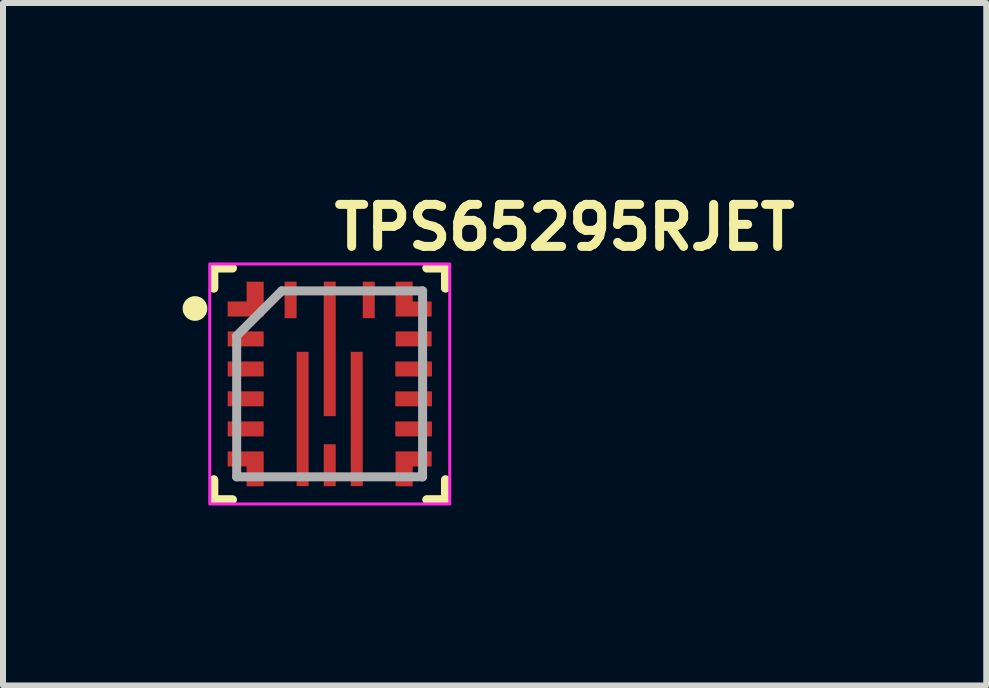
<source format=kicad_pcb>
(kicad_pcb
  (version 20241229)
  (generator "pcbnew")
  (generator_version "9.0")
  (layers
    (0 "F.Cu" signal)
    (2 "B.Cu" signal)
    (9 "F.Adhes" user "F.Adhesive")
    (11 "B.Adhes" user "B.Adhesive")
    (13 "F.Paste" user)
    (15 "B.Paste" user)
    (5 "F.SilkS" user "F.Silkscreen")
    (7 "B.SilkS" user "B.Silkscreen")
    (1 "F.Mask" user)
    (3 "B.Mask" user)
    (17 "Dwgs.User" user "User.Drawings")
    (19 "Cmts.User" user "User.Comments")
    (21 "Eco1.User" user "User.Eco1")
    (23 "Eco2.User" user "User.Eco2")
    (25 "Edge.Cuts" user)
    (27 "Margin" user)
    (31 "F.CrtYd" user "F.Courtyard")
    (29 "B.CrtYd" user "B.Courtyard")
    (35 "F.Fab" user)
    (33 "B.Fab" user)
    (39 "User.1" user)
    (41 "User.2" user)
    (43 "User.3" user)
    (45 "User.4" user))
  (footprint "TPS65295RJET"
    (layer "F.Cu")
    (at 2.446 3.35)
    (property "Reference" "TPS65295RJET" (at 0 -2.2 0) (layer "F.SilkS") (effects (font (size 0.7 0.7) (thickness 0.15)) (justify left bottom)))
    (attr smd)
    (fp_line (start -1.932 -1.932) (end -1.932 -1.597) (stroke (width 0.15) (type solid)) (layer "F.SilkS"))
    (fp_line (start -1.932 1.596) (end -1.932 1.929) (stroke (width 0.15) (type solid)) (layer "F.SilkS"))
    (fp_line (start -1.932 1.929) (end -1.621 1.929) (stroke (width 0.15) (type solid)) (layer "F.SilkS"))
    (fp_line (start -1.621 -1.932) (end -1.932 -1.932) (stroke (width 0.15) (type solid)) (layer "F.SilkS"))
    (fp_line (start 1.618 1.929) (end 1.929 1.929) (stroke (width 0.15) (type solid)) (layer "F.SilkS"))
    (fp_line (start 1.929 -1.932) (end 1.618 -1.932) (stroke (width 0.15) (type solid)) (layer "F.SilkS"))
    (fp_line (start 1.929 -1.597) (end 1.929 -1.932) (stroke (width 0.15) (type solid)) (layer "F.SilkS"))
    (fp_line (start 1.929 1.929) (end 1.929 1.596) (stroke (width 0.15) (type solid)) (layer "F.SilkS"))
    (fp_circle (center -2.3 -1.25) (end -2.25 -1.2) (stroke (width 0.15) (type solid)) (fill yes) (layer "F.SilkS"))
    (fp_circle (center -2.246 -1.258) (end -2.19 -1.258) (stroke (width 0.15) (type solid)) (fill no) (layer "F.SilkS"))
    (fp_poly (pts (xy -0.352 0.484) (xy -0.551 0.484) (xy -0.551 -0.535) (xy -0.352 -0.535)) (stroke (width 0.001) (type solid)) (fill yes) (layer "F.Paste"))
    (fp_poly (pts (xy -0.352 1.703) (xy -0.551 1.703) (xy -0.551 0.685) (xy -0.352 0.685)) (stroke (width 0.001) (type solid)) (fill yes) (layer "F.Paste"))
    (fp_poly (pts (xy 0.099 -0.687) (xy -0.1 -0.687) (xy -0.1 -1.706) (xy 0.099 -1.706)) (stroke (width 0.001) (type solid)) (fill yes) (layer "F.Paste"))
    (fp_poly (pts (xy 0.099 0.535) (xy -0.1 0.535) (xy -0.1 -0.485) (xy 0.099 -0.485)) (stroke (width 0.001) (type solid)) (fill yes) (layer "F.Paste"))
    (fp_poly (pts (xy 0.548 0.484) (xy 0.349 0.484) (xy 0.349 -0.535) (xy 0.548 -0.535)) (stroke (width 0.001) (type solid)) (fill yes) (layer "F.Paste"))
    (fp_poly (pts (xy 0.548 1.703) (xy 0.349 1.703) (xy 0.349 0.685) (xy 0.548 0.685)) (stroke (width 0.001) (type solid)) (fill yes) (layer "F.Paste"))
    (fp_poly (pts (xy -1.103 -1.706) (xy -1.355 -1.706) (xy -1.355 -1.351) (xy -1.702 -1.351) (xy -1.702 -1.127) (xy -1.103 -1.127)) (stroke (width 0.001) (type solid)) (fill yes) (layer "F.Paste"))
    (fp_poly (pts (xy -1.101 1.705) (xy -1.355 1.703) (xy -1.355 1.348) (xy -1.7 1.35) (xy -1.7 1.124) (xy -1.101 1.124)) (stroke (width 0.001) (type solid)) (fill yes) (layer "F.Paste"))
    (fp_poly (pts (xy 1.1 -1.706) (xy 1.352 -1.706) (xy 1.352 -1.351) (xy 1.699 -1.351) (xy 1.699 -1.125) (xy 1.1 -1.125)) (stroke (width 0.001) (type solid)) (fill yes) (layer "F.Paste"))
    (fp_poly (pts (xy 1.1 1.705) (xy 1.352 1.703) (xy 1.352 1.348) (xy 1.699 1.35) (xy 1.699 1.124) (xy 1.1 1.124)) (stroke (width 0.001) (type solid)) (fill yes) (layer "F.Paste"))
    (fp_rect (start -2 -2) (end 2 2) (stroke (width 0.05) (type solid)) (fill no) (layer "F.CrtYd"))
    (fp_line (start -1.551 -0.802) (end -1.551 1.548) (stroke (width 0.15) (type solid)) (layer "F.Fab"))
    (fp_line (start -1.551 -0.802) (end -0.802 -1.551) (stroke (width 0.15) (type solid)) (layer "F.Fab"))
    (fp_line (start -1.551 1.548) (end 1.548 1.548) (stroke (width 0.15) (type solid)) (layer "F.Fab"))
    (fp_line (start 1.548 -1.551) (end -0.802 -1.551) (stroke (width 0.15) (type solid)) (layer "F.Fab"))
    (fp_line (start 1.548 1.548) (end 1.548 -1.551) (stroke (width 0.15) (type solid)) (layer "F.Fab"))
    (fp_rect (start -1.5 -1.5) (end 1.499 1.499) (stroke (width 0.1) (type solid)) (fill no) (layer "User.5"))
    (fp_line (start -1.5 -1.5) (end -1.5 1.499) (stroke (width 0.02) (type solid)) (layer "User.9"))
    (fp_line (start -1.5 1.499) (end 1.499 1.499) (stroke (width 0.02) (type solid)) (layer "User.9"))
    (fp_line (start 1.499 -1.5) (end -1.5 -1.5) (stroke (width 0.02) (type solid)) (layer "User.9"))
    (fp_line (start 1.499 1.499) (end 1.499 -1.5) (stroke (width 0.02) (type solid)) (layer "User.9"))
    (pad "1" smd custom (at -1.401 -1.25 90) (size 0.25 0.6) (layers "F.Cu" "F.Mask") (options (anchor rect)) (primitives (gr_poly (pts (xy 0.455 0.3) (xy 0.455 0.016) (xy 0.125 0.016) (xy 0.125 -0.3) (xy -0.125 -0.3) (xy -0.125 0.3)) (width 0.001) (fill yes)) (gr_poly (pts (xy 0.455 0.3) (xy 0.455 0.016) (xy 0.125 0.016) (xy 0.125 -0.3) (xy -0.125 -0.3) (xy -0.125 0.3)) (width 0.001) (fill yes))))
    (pad "2" smd rect (at -1.401 -0.751 90) (size 0.25 0.6) (layers "F.Cu" "F.Mask" "F.Paste"))
    (pad "3" smd rect (at -1.401 -0.25 90) (size 0.25 0.6) (layers "F.Cu" "F.Mask" "F.Paste"))
    (pad "4" smd rect (at -1.401 0.248 90) (size 0.25 0.6) (layers "F.Cu" "F.Mask" "F.Paste"))
    (pad "5" smd rect (at -1.401 0.749 90) (size 0.25 0.6) (layers "F.Cu" "F.Mask" "F.Paste"))
    (pad "6" smd custom (at -1.401 1.249 90) (size 0.25 0.6) (layers "F.Cu" "F.Mask" "F.Paste") (options (anchor rect)) (primitives (gr_poly (pts (xy -0.455 0.3) (xy -0.455 0.016) (xy -0.125 0.016) (xy -0.125 -0.3) (xy 0.125 -0.3) (xy 0.125 0.3)) (width 0.001) (fill yes)) (gr_poly (pts (xy -0.455 0.3) (xy -0.455 0.016) (xy -0.125 0.016) (xy -0.125 -0.3) (xy 0.125 -0.3) (xy 0.125 0.3)) (width 0.001) (fill yes))))
    (pad "7" smd rect (at -0.452 0.583) (size 0.2 2.238) (layers "F.Cu" "F.Mask"))
    (pad "8" smd rect (at 0 1.354) (size 0.2 0.7) (layers "F.Cu" "F.Mask" "F.Paste"))
    (pad "9" smd rect (at 0.45 0.583) (size 0.2 2.238) (layers "F.Cu" "F.Mask"))
    (pad "10" smd custom (at 1.398 1.249 270) (size 0.25 0.6) (layers "F.Cu" "F.Mask") (options (anchor rect)) (primitives (gr_poly (pts (xy 0.455 0.3) (xy 0.455 0.016) (xy 0.125 0.016) (xy 0.125 -0.3) (xy -0.125 -0.3) (xy -0.125 0.3)) (width 0.001) (fill yes)) (gr_poly (pts (xy 0.455 0.3) (xy 0.455 0.016) (xy 0.125 0.016) (xy 0.125 -0.3) (xy -0.125 -0.3) (xy -0.125 0.3)) (width 0.001) (fill yes))))
    (pad "11" smd rect (at 1.398 0.749 90) (size 0.25 0.61) (layers "F.Cu" "F.Mask" "F.Paste"))
    (pad "12" smd rect (at 1.398 0.248 90) (size 0.25 0.61) (layers "F.Cu" "F.Mask" "F.Paste"))
    (pad "13" smd rect (at 1.398 -0.25 90) (size 0.25 0.61) (layers "F.Cu" "F.Mask" "F.Paste"))
    (pad "14" smd rect (at 1.398 -0.751 90) (size 0.25 0.6) (layers "F.Cu" "F.Mask" "F.Paste"))
    (pad "15" smd custom (at 1.398 -1.25 270) (size 0.25 0.6) (layers "F.Cu" "F.Mask") (options (anchor rect)) (primitives (gr_poly (pts (xy -0.455 0.3) (xy -0.455 0.016) (xy -0.125 0.016) (xy -0.125 -0.3) (xy 0.125 -0.3) (xy 0.125 0.3)) (width 0.001) (fill yes)) (gr_poly (pts (xy -0.455 0.3) (xy -0.455 0.016) (xy -0.125 0.016) (xy -0.125 -0.3) (xy 0.125 -0.3) (xy 0.125 0.3)) (width 0.001) (fill yes))))
    (pad "16" smd rect (at 0.65 -1.401) (size 0.2 0.61) (layers "F.Cu" "F.Mask" "F.Paste"))
    (pad "17" smd rect (at 0 -0.585) (size 0.2 2.243) (layers "F.Cu" "F.Mask"))
    (pad "18" smd rect (at -0.652 -1.401) (size 0.2 0.61) (layers "F.Cu" "F.Mask" "F.Paste")))
  (gr_rect
    (start -3 -3)
    (end 13.389 8.375)
    (stroke (width 0.1) (type default))
    (fill no)
    (layer "Edge.Cuts")))
</source>
